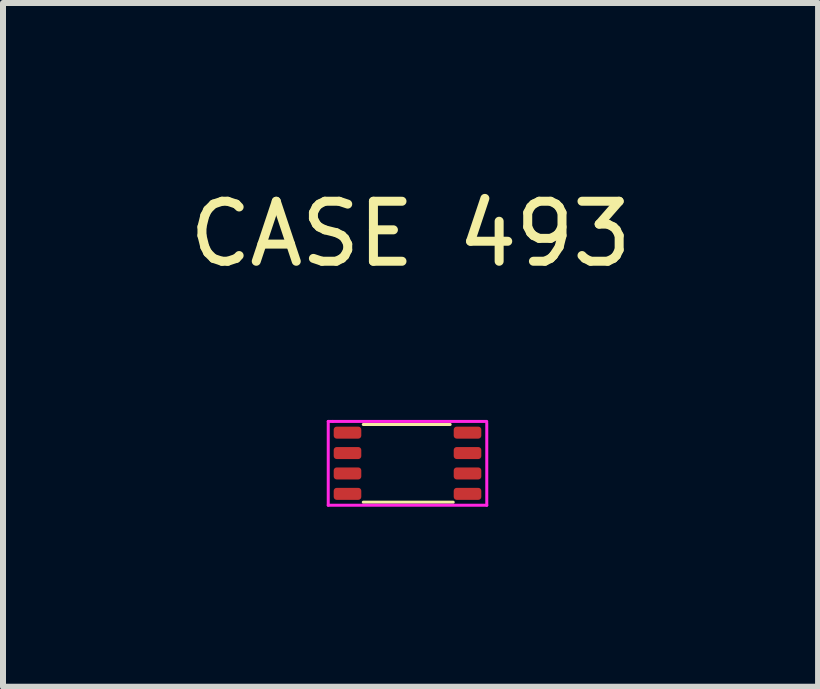
<source format=kicad_pcb>
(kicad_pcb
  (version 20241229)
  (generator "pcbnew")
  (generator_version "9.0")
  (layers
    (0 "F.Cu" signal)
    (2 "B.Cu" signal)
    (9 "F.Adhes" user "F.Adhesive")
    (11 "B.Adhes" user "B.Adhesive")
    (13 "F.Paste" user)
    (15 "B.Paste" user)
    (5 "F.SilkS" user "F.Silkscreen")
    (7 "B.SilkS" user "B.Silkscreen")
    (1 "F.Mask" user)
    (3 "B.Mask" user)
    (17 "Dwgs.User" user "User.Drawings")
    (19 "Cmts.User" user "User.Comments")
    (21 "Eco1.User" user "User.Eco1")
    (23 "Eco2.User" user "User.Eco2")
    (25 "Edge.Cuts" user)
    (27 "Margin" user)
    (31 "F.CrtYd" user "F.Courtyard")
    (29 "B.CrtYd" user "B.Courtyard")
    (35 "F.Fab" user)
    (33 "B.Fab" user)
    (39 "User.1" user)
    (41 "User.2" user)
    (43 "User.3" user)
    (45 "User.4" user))
  (footprint "CASE 493"
    (layer "F.Cu")
    (at 3.741 3.16)
    (property "Reference" "CASE 493" (at 0.051 -2.311 0) (layer "F.SilkS") (effects (font (size 1 1) (thickness 0.15))))
    (attr through_hole)
    (fp_line (start -0.737 0.864) (end 0.711 0.864) (stroke (width 0.05) (type solid)) (layer "F.SilkS"))
    (fp_line (start -0.737 2.159) (end 0.762 2.159) (stroke (width 0.05) (type solid)) (layer "F.SilkS"))
    (fp_line (start -1.321 0.813) (end -1.245 0.813) (stroke (width 0.05) (type solid)) (layer "F.CrtYd"))
    (fp_line (start -1.321 2.21) (end -1.321 0.813) (stroke (width 0.05) (type solid)) (layer "F.CrtYd"))
    (fp_line (start -1.321 2.21) (end 1.321 2.21) (stroke (width 0.05) (type solid)) (layer "F.CrtYd"))
    (fp_line (start -1.245 0.813) (end 1.321 0.813) (stroke (width 0.05) (type solid)) (layer "F.CrtYd"))
    (fp_line (start 1.321 0.838) (end 1.321 2.21) (stroke (width 0.05) (type solid)) (layer "F.CrtYd"))
    (pad "1" smd roundrect (at -1 1) (size 0.46 0.2) (layers "F.Cu" "F.Mask" "F.Paste") (roundrect_rratio 0.25))
    (pad "2" smd roundrect (at -1 1.34) (size 0.46 0.2) (layers "F.Cu" "F.Mask" "F.Paste") (roundrect_rratio 0.25))
    (pad "3" smd roundrect (at -1 1.68) (size 0.46 0.2) (layers "F.Cu" "F.Mask" "F.Paste") (roundrect_rratio 0.25))
    (pad "4" smd roundrect (at -1 2.02) (size 0.46 0.2) (layers "F.Cu" "F.Mask" "F.Paste") (roundrect_rratio 0.25))
    (pad "5" smd roundrect (at 1 2.02) (size 0.46 0.2) (layers "F.Cu" "F.Mask" "F.Paste") (roundrect_rratio 0.25))
    (pad "6" smd roundrect (at 1 1.68) (size 0.46 0.2) (layers "F.Cu" "F.Mask" "F.Paste") (roundrect_rratio 0.25))
    (pad "7" smd roundrect (at 1 1.34) (size 0.46 0.2) (layers "F.Cu" "F.Mask" "F.Paste") (roundrect_rratio 0.25))
    (pad "8" smd roundrect (at 1 1) (size 0.46 0.2) (layers "F.Cu" "F.Mask" "F.Paste") (roundrect_rratio 0.25)))
  (gr_rect
    (start -3 -3)
    (end 10.583 8.394)
    (stroke (width 0.1) (type default))
    (fill no)
    (layer "Edge.Cuts")))
</source>
